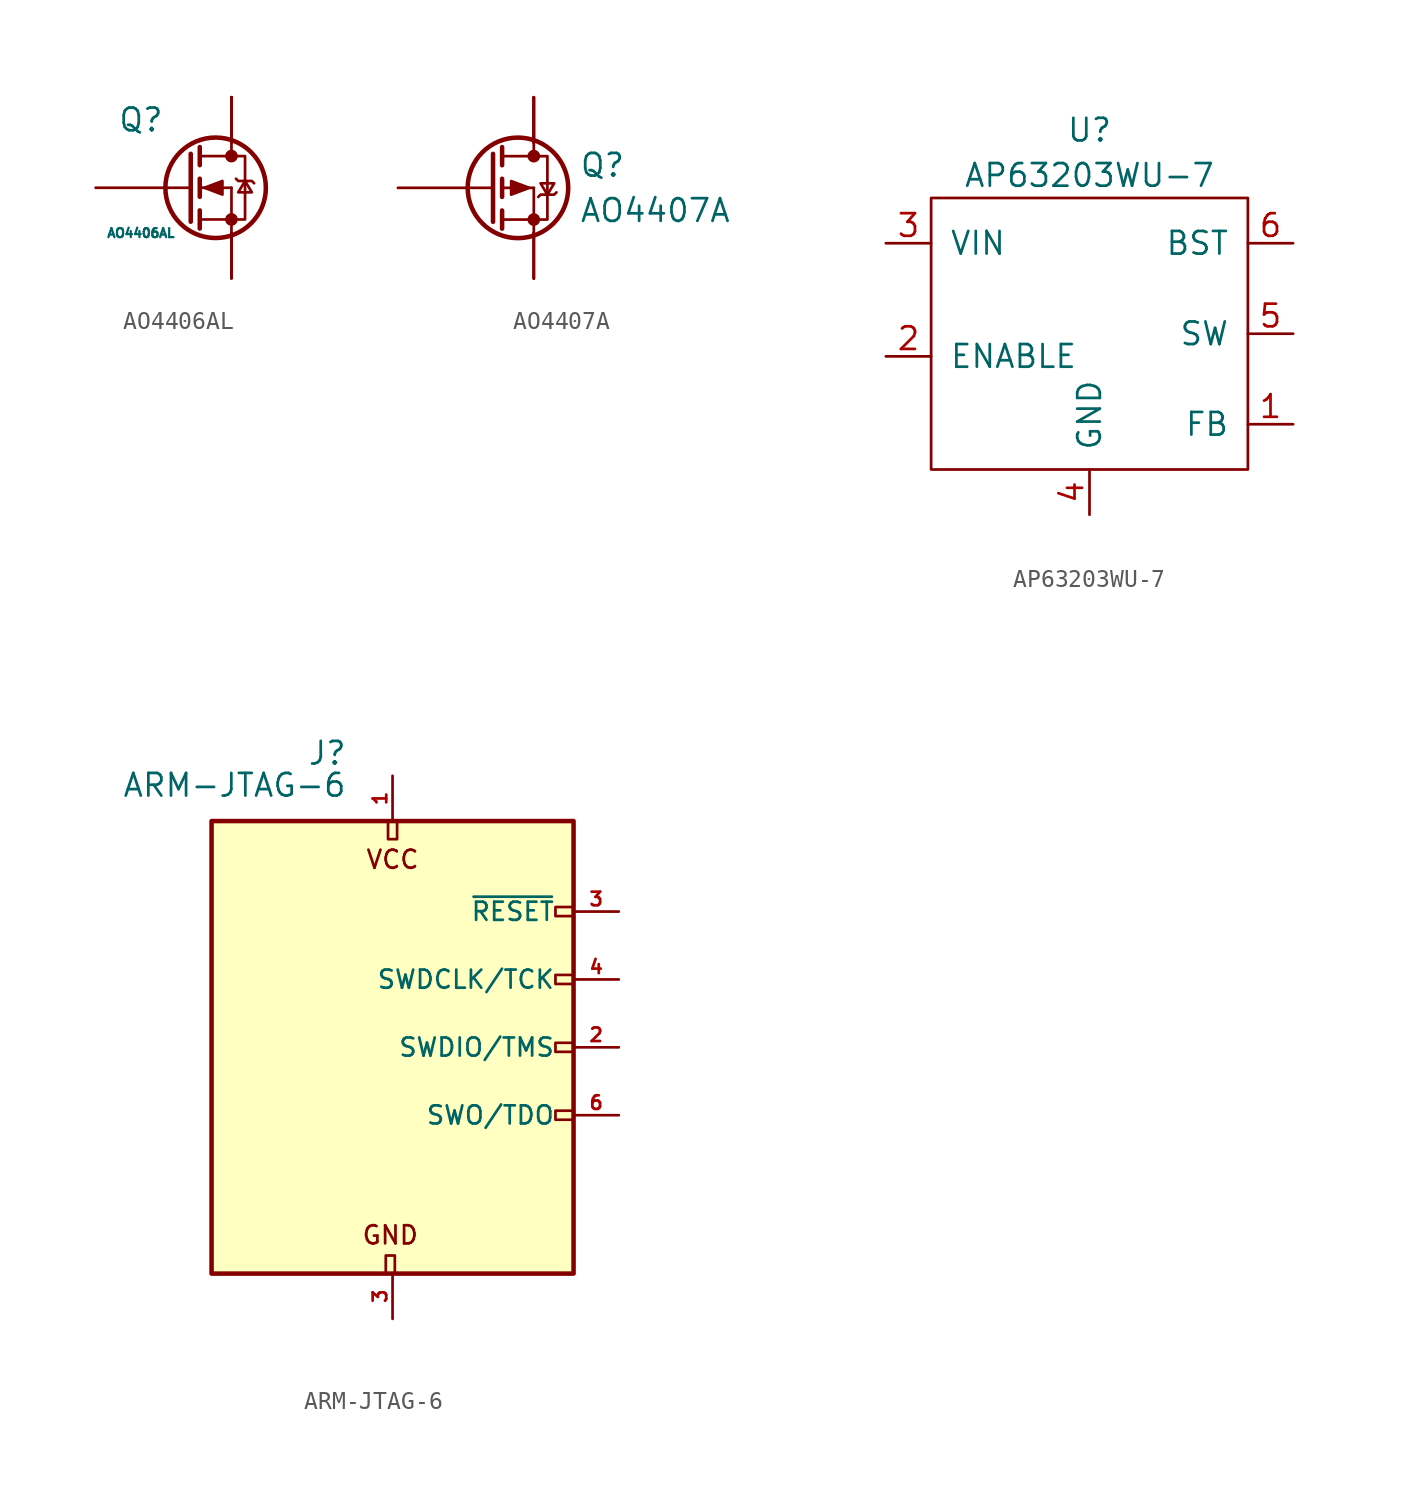
<source format=kicad_sym>
(kicad_symbol_lib
  (version 20211014)
  (generator kicad_symbol_editor)
  (symbol "acheron_Symbols:AO4406AL"
    (pin_names
      (offset 1.016))
    (property "Reference" "Q"
      (at -5.08 3.81 0)
      (effects (font (size 1.27 1.27))))
    (property "Value" "AO4406AL"
      (at -5.08 -2.54 0)
      (effects (font (size 0.508 0.508))))
    (symbol "AO4406AL_1_1"
      (circle (center -0.889 0) (radius 2.819) (stroke (width 0.254) (type default) (color 0 0 0 0)) (fill (type none)))
      (circle (center 0 -1.778) (radius 0.279) (stroke (width 0) (type default) (color 0 0 0 0)) (fill (type outline)))
      (polyline (pts (xy -2.489 0) (xy -2.286 0)) (stroke (width 0) (type default) (color 0 0 0 0)) (fill (type none)))
      (polyline (pts (xy -1.778 -1.778) (xy 0 -1.778)) (stroke (width 0) (type default) (color 0 0 0 0)) (fill (type none)))
      (polyline (pts (xy -1.778 -1.27) (xy -1.778 -2.286)) (stroke (width 0.254) (type default) (color 0 0 0 0)) (fill (type none)))
      (polyline (pts (xy -1.778 0) (xy 0 0)) (stroke (width 0) (type default) (color 0 0 0 0)) (fill (type none)))
      (polyline (pts (xy -1.778 0.508) (xy -1.778 -0.508)) (stroke (width 0.254) (type default) (color 0 0 0 0)) (fill (type none)))
      (polyline (pts (xy -1.778 1.778) (xy 0 1.778)) (stroke (width 0) (type default) (color 0 0 0 0)) (fill (type none)))
      (polyline (pts (xy -1.778 2.286) (xy -1.778 1.27)) (stroke (width 0.254) (type default) (color 0 0 0 0)) (fill (type none)))
      (polyline (pts (xy 0 -1.778) (xy 0 -2.54)) (stroke (width 0) (type default) (color 0 0 0 0)) (fill (type none)))
      (polyline (pts (xy 0 -1.778) (xy 0 0)) (stroke (width 0) (type default) (color 0 0 0 0)) (fill (type none)))
      (polyline (pts (xy 0 2.54) (xy 0 1.778)) (stroke (width 0) (type default) (color 0 0 0 0)) (fill (type none)))
      (polyline (pts (xy -2.286 1.905) (xy -2.286 -1.905) (xy -2.286 -1.905)) (stroke (width 0.254) (type default) (color 0 0 0 0)) (fill (type none)))
      (polyline (pts (xy -1.524 0) (xy -0.508 0.381) (xy -0.508 -0.381) (xy -1.524 0)) (stroke (width 0) (type default) (color 0 0 0 0)) (fill (type outline)))
      (polyline (pts (xy 0 -1.778) (xy 0.762 -1.778) (xy 0.762 1.778) (xy 0 1.778)) (stroke (width 0) (type default) (color 0 0 0 0)) (fill (type none)))
      (polyline (pts (xy 0.254 0.508) (xy 0.381 0.381) (xy 1.143 0.381) (xy 1.27 0.254)) (stroke (width 0) (type default) (color 0 0 0 0)) (fill (type none)))
      (polyline (pts (xy 0.762 0.381) (xy 0.381 -0.254) (xy 1.143 -0.254) (xy 0.762 0.381)) (stroke (width 0) (type default) (color 0 0 0 0)) (fill (type none)))
      (circle (center 0 1.778) (radius 0.279) (stroke (width 0) (type default) (color 0 0 0 0)) (fill (type outline)))
      (pin passive line (at 0 -5.08 90) (length 2.54) (name "~" (effects (font (size 0 0)))) (number "1" (effects (font (size 0 0)))))
      (pin passive line (at 0 -5.08 90) (length 2.54) (name "~" (effects (font (size 0 0)))) (number "2" (effects (font (size 0 0)))))
      (pin passive line (at 0 -5.08 90) (length 2.54) (name "~" (effects (font (size 0 0)))) (number "3" (effects (font (size 0 0)))))
      (pin input line (at -7.62 0 0) (length 5.08) (name "G" (effects (font (size 0 0)))) (number "4" (effects (font (size 0 0)))))
      (pin passive line (at 0 5.08 270) (length 2.54) (name "D" (effects (font (size 0 0)))) (number "5" (effects (font (size 0 0)))))
      (pin passive line (at 0 5.08 270) (length 2.54) (name "~" (effects (font (size 0 0)))) (number "6" (effects (font (size 0 0)))))
      (pin passive line (at 0 5.08 270) (length 2.54) (name "~" (effects (font (size 0 0)))) (number "7" (effects (font (size 0 0)))))
      (pin passive line (at 0 5.08 270) (length 2.54) (name "~" (effects (font (size 0 0)))) (number "8" (effects (font (size 0 0)))))))
  (symbol "acheron_Symbols:AO4407A"
    (pin_names
      (offset 0) hide)
    (property "Reference" "Q"
      (at 2.54 1.27 0)
      (effects (font (size 1.27 1.27)) (justify left)))
    (property "Value" "AO4407A"
      (at 2.54 -1.27 0)
      (effects (font (size 1.27 1.27)) (justify left)))
    (symbol "AO4407A_0_1"
      (circle (center -0.889 0) (radius 2.819) (stroke (width 0.254) (type default) (color 0 0 0 0)) (fill (type none)))
      (circle (center 0 -1.778) (radius 0.279) (stroke (width 0) (type default) (color 0 0 0 0)) (fill (type outline)))
      (polyline (pts (xy -2.489 0) (xy -2.286 0)) (stroke (width 0) (type default) (color 0 0 0 0)) (fill (type none)))
      (polyline (pts (xy -1.778 -1.778) (xy 0 -1.778)) (stroke (width 0) (type default) (color 0 0 0 0)) (fill (type none)))
      (polyline (pts (xy -1.778 -1.27) (xy -1.778 -2.286)) (stroke (width 0.254) (type default) (color 0 0 0 0)) (fill (type none)))
      (polyline (pts (xy -1.778 0) (xy 0 0)) (stroke (width 0) (type default) (color 0 0 0 0)) (fill (type none)))
      (polyline (pts (xy -1.778 0.508) (xy -1.778 -0.508)) (stroke (width 0.254) (type default) (color 0 0 0 0)) (fill (type none)))
      (polyline (pts (xy -1.778 1.778) (xy 0 1.778)) (stroke (width 0) (type default) (color 0 0 0 0)) (fill (type none)))
      (polyline (pts (xy -1.778 2.286) (xy -1.778 1.27)) (stroke (width 0.254) (type default) (color 0 0 0 0)) (fill (type none)))
      (polyline (pts (xy 0 -1.778) (xy 0 -2.54)) (stroke (width 0) (type default) (color 0 0 0 0)) (fill (type none)))
      (polyline (pts (xy 0 -1.778) (xy 0 0)) (stroke (width 0) (type default) (color 0 0 0 0)) (fill (type none)))
      (polyline (pts (xy 0 2.54) (xy 0 1.778)) (stroke (width 0) (type default) (color 0 0 0 0)) (fill (type none)))
      (polyline (pts (xy -2.286 1.905) (xy -2.286 -1.905) (xy -2.286 -1.905)) (stroke (width 0.254) (type default) (color 0 0 0 0)) (fill (type none)))
      (polyline (pts (xy -0.254 0) (xy -1.27 -0.381) (xy -1.27 0.381) (xy -0.254 0)) (stroke (width 0) (type default) (color 0 0 0 0)) (fill (type outline)))
      (polyline (pts (xy 0 -1.778) (xy 0.762 -1.778) (xy 0.762 1.778) (xy 0 1.778)) (stroke (width 0) (type default) (color 0 0 0 0)) (fill (type none)))
      (polyline (pts (xy 0.254 -0.508) (xy 0.381 -0.381) (xy 1.143 -0.381) (xy 1.27 -0.254)) (stroke (width 0) (type default) (color 0 0 0 0)) (fill (type none)))
      (polyline (pts (xy 0.762 -0.381) (xy 0.381 0.254) (xy 1.143 0.254) (xy 0.762 -0.381)) (stroke (width 0) (type default) (color 0 0 0 0)) (fill (type none)))
      (circle (center 0 1.778) (radius 0.279) (stroke (width 0) (type default) (color 0 0 0 0)) (fill (type outline))))
    (symbol "AO4407A_1_1"
      (pin passive line (at 0 -5.08 90) (length 2.54) (name "S" (effects (font (size 1.27 1.27)))) (number "1" (effects (font (size 0 0)))))
      (pin passive line (at 0 -5.08 90) (length 2.54) (name "S" (effects (font (size 1.27 1.27)))) (number "2" (effects (font (size 0 0)))))
      (pin passive line (at 0 -5.08 90) (length 2.54) (name "S" (effects (font (size 1.27 1.27)))) (number "3" (effects (font (size 0 0)))))
      (pin input line (at -7.62 0 0) (length 5.08) (name "G" (effects (font (size 1.27 1.27)))) (number "4" (effects (font (size 0 0)))))
      (pin passive line (at 0 5.08 270) (length 2.54) (name "D" (effects (font (size 1.27 1.27)))) (number "5" (effects (font (size 0 0)))))
      (pin passive line (at 0 5.08 270) (length 2.54) (name "D" (effects (font (size 1.27 1.27)))) (number "6" (effects (font (size 0 0)))))
      (pin passive line (at 0 5.08 270) (length 2.54) (name "D" (effects (font (size 1.27 1.27)))) (number "7" (effects (font (size 0 0)))))
      (pin passive line (at 0 5.08 270) (length 2.54) (name "D" (effects (font (size 1.27 1.27)))) (number "8" (effects (font (size 0 0)))))))
  (symbol "acheron_Symbols:AP63203WU-7"
    (pin_names
      (offset 1.016))
    (property "Reference" "U"
      (at 0 13.97 0)
      (effects (font (size 1.27 1.27))))
    (property "Value" "AP63203WU-7"
      (at 0 11.43 0)
      (effects (font (size 1.27 1.27))))
    (symbol "AP63203WU-7_0_0"
      (rectangle (start -8.89 10.16) (end 8.89 -5.08) (stroke (width 0) (type default) (color 0 0 0 0)) (fill (type none))))
    (symbol "AP63203WU-7_1_1"
      (pin input line (at 11.43 -2.54 180) (length 2.54) (name "FB" (effects (font (size 1.27 1.27)))) (number "1" (effects (font (size 1.27 1.27)))))
      (pin input line (at -11.43 1.27 0) (length 2.54) (name "ENABLE" (effects (font (size 1.27 1.27)))) (number "2" (effects (font (size 1.27 1.27)))))
      (pin input line (at -11.43 7.62 0) (length 2.54) (name "VIN" (effects (font (size 1.27 1.27)))) (number "3" (effects (font (size 1.27 1.27)))))
      (pin input line (at 0 -7.62 90) (length 2.54) (name "GND" (effects (font (size 1.27 1.27)))) (number "4" (effects (font (size 1.27 1.27)))))
      (pin output line (at 11.43 2.54 180) (length 2.54) (name "SW" (effects (font (size 1.27 1.27)))) (number "5" (effects (font (size 1.27 1.27)))))
      (pin input line (at 11.43 7.62 180) (length 2.54) (name "BST" (effects (font (size 1.27 1.27)))) (number "6" (effects (font (size 1.27 1.27)))))))
  (symbol "acheron_Symbols:ARM-JTAG-6"
    (pin_names
      (offset 1.016))
    (property "Reference" "J"
      (at -2.54 16.51 0)
      (effects (font (size 1.27 1.27)) (justify right)))
    (property "Value" "ARM-JTAG-6"
      (at -2.54 13.97 0)
      (effects (font (size 1.27 1.27)) (justify right bottom)))
    (symbol "ARM-JTAG-6_0_0"
      (text "VCC" (at 0 10.541 0) (effects (font (size 1.016 1.016)))))
    (symbol "ARM-JTAG-6_0_1"
      (rectangle (start -10.16 12.7) (end 10.16 -12.7) (stroke (width 0.254) (type default) (color 0 0 0 0)) (fill (type background)))
      (rectangle (start -0.381 -12.7) (end 0.127 -11.684) (stroke (width 0) (type default) (color 0 0 0 0)) (fill (type none)))
      (rectangle (start -0.254 12.7) (end 0.254 11.684) (stroke (width 0) (type default) (color 0 0 0 0)) (fill (type none)))
      (rectangle (start 9.144 3.556) (end 10.16 4.064) (stroke (width 0) (type default) (color 0 0 0 0)) (fill (type none)))
      (rectangle (start 10.16 -4.064) (end 9.144 -3.556) (stroke (width 0) (type default) (color 0 0 0 0)) (fill (type none)))
      (rectangle (start 10.16 -0.254) (end 9.144 0.254) (stroke (width 0) (type default) (color 0 0 0 0)) (fill (type none)))
      (rectangle (start 10.16 7.874) (end 9.144 7.366) (stroke (width 0) (type default) (color 0 0 0 0)) (fill (type none))))
    (symbol "ARM-JTAG-6_1_1"
      (text "GND" (at -0.127 -10.541 0) (effects (font (size 1.016 1.016))))
      (pin power_in line (at 0 15.24 270) (length 2.54) (name "VCC" (effects (font (size 0 0)))) (number "1" (effects (font (size 0.762 0.762)))))
      (pin bidirectional line (at 12.7 0 180) (length 2.54) (name "SWDIO/TMS" (effects (font (size 1.016 1.016)))) (number "2" (effects (font (size 0.762 0.762)))))
      (pin power_in line (at 0 -15.24 90) (length 2.54) (name "GND" (effects (font (size 0 0)))) (number "3" (effects (font (size 0.762 0.762)))))
      (pin open_collector line (at 12.7 7.62 180) (length 2.54) (name "~{RESET}" (effects (font (size 1.016 1.016)))) (number "3" (effects (font (size 0.762 0.762)))))
      (pin output line (at 12.7 3.81 180) (length 2.54) (name "SWDCLK/TCK" (effects (font (size 1.016 1.016)))) (number "4" (effects (font (size 0.762 0.762)))))
      (pin passive line (at 0 -15.24 90) (length 2.54) hide (name "GND" (effects (font (size 1.27 1.27)))) (number "5" (effects (font (size 1.27 1.27)))))
      (pin input line (at 12.7 -3.81 180) (length 2.54) (name "SWO/TDO" (effects (font (size 1.016 1.016)))) (number "6" (effects (font (size 0.762 0.762)))))
      (pin no_connect line (at -10.16 0 0) (length 2.54) hide (name "KEY" (effects (font (size 1.27 1.27)))) (number "7" (effects (font (size 1.27 1.27))))))))
</source>
